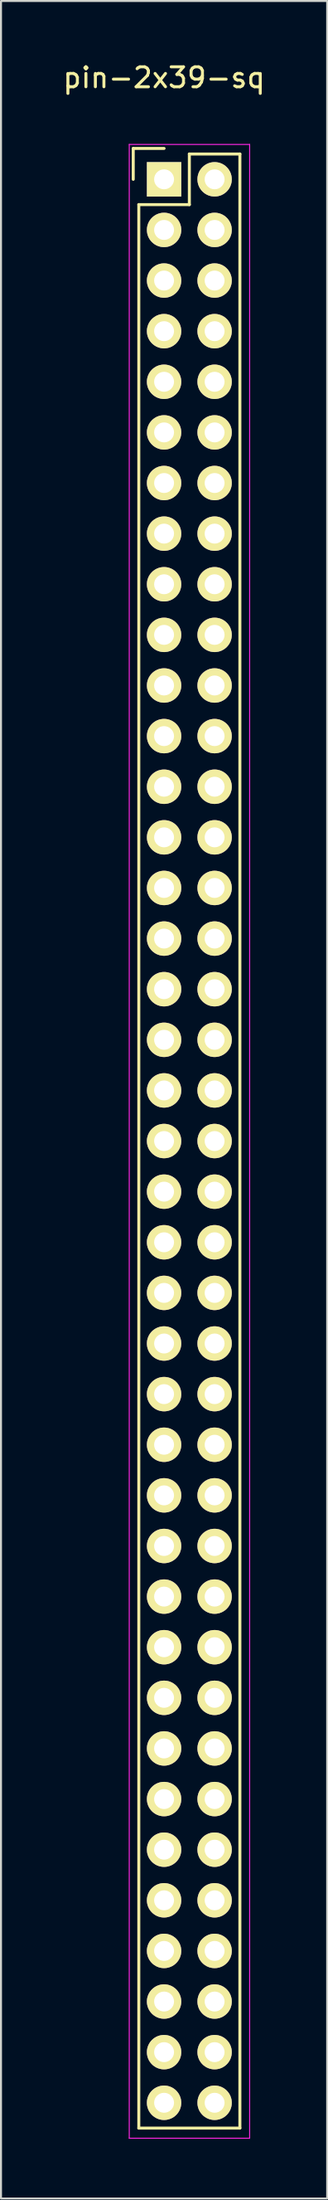
<source format=kicad_pcb>
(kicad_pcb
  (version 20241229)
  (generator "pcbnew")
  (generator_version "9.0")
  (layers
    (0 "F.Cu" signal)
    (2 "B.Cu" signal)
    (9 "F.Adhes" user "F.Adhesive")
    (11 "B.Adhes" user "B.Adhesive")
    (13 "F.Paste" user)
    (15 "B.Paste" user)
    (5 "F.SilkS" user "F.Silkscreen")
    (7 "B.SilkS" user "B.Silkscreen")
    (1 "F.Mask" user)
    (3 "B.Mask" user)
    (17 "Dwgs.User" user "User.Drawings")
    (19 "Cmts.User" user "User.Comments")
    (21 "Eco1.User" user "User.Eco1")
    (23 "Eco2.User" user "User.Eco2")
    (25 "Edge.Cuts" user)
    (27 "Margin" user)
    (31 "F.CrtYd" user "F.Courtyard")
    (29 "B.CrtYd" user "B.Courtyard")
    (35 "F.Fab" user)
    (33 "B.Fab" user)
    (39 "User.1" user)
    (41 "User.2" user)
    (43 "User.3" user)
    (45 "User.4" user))
  (footprint "pin-2x39-sq"
    (layer "F.Cu")
    (at 5.196 5.948)
    (property "Reference" "pin-2x39-sq" (at 0 -5.1 0) (layer "F.SilkS") (effects (font (size 1 1) (thickness 0.15))))
    (attr through_hole)
    (fp_line (start -1.55 -1.55) (end -1.55 0) (stroke (width 0.15) (type solid)) (layer "F.SilkS"))
    (fp_line (start -1.27 97.79) (end -1.27 1.27) (stroke (width 0.15) (type solid)) (layer "F.SilkS"))
    (fp_line (start 0 -1.55) (end -1.55 -1.55) (stroke (width 0.15) (type solid)) (layer "F.SilkS"))
    (fp_line (start 1.27 -1.27) (end 1.27 1.27) (stroke (width 0.15) (type solid)) (layer "F.SilkS"))
    (fp_line (start 1.27 1.27) (end -1.27 1.27) (stroke (width 0.15) (type solid)) (layer "F.SilkS"))
    (fp_line (start 3.81 -1.27) (end 1.27 -1.27) (stroke (width 0.15) (type solid)) (layer "F.SilkS"))
    (fp_line (start 3.81 -1.27) (end 3.81 97.79) (stroke (width 0.15) (type solid)) (layer "F.SilkS"))
    (fp_line (start 3.81 97.79) (end -1.27 97.79) (stroke (width 0.15) (type solid)) (layer "F.SilkS"))
    (fp_line (start -1.75 -1.75) (end -1.75 98.3) (stroke (width 0.05) (type solid)) (layer "F.CrtYd"))
    (fp_line (start -1.75 -1.75) (end 4.3 -1.75) (stroke (width 0.05) (type solid)) (layer "F.CrtYd"))
    (fp_line (start -1.75 98.3) (end 4.3 98.3) (stroke (width 0.05) (type solid)) (layer "F.CrtYd"))
    (fp_line (start 4.3 -1.75) (end 4.3 98.3) (stroke (width 0.05) (type solid)) (layer "F.CrtYd"))
    (pad "1" thru_hole rect (at 0 0) (size 1.727 1.727) (drill 1) (layers "*.Cu" "*.Mask" "F.SilkS"))
    (pad "2" thru_hole oval (at 2.54 0) (size 1.727 1.727) (drill 1) (layers "*.Cu" "*.Mask" "F.SilkS"))
    (pad "3" thru_hole oval (at 0 2.54) (size 1.727 1.727) (drill 1) (layers "*.Cu" "*.Mask" "F.SilkS"))
    (pad "4" thru_hole oval (at 2.54 2.54) (size 1.727 1.727) (drill 1) (layers "*.Cu" "*.Mask" "F.SilkS"))
    (pad "5" thru_hole oval (at 0 5.08) (size 1.727 1.727) (drill 1) (layers "*.Cu" "*.Mask" "F.SilkS"))
    (pad "6" thru_hole oval (at 2.54 5.08) (size 1.727 1.727) (drill 1) (layers "*.Cu" "*.Mask" "F.SilkS"))
    (pad "7" thru_hole oval (at 0 7.62) (size 1.727 1.727) (drill 1) (layers "*.Cu" "*.Mask" "F.SilkS"))
    (pad "8" thru_hole oval (at 2.54 7.62) (size 1.727 1.727) (drill 1) (layers "*.Cu" "*.Mask" "F.SilkS"))
    (pad "9" thru_hole oval (at 0 10.16) (size 1.727 1.727) (drill 1) (layers "*.Cu" "*.Mask" "F.SilkS"))
    (pad "10" thru_hole oval (at 2.54 10.16) (size 1.727 1.727) (drill 1) (layers "*.Cu" "*.Mask" "F.SilkS"))
    (pad "11" thru_hole oval (at 0 12.7) (size 1.727 1.727) (drill 1) (layers "*.Cu" "*.Mask" "F.SilkS"))
    (pad "12" thru_hole oval (at 2.54 12.7) (size 1.727 1.727) (drill 1) (layers "*.Cu" "*.Mask" "F.SilkS"))
    (pad "13" thru_hole oval (at 0 15.24) (size 1.727 1.727) (drill 1) (layers "*.Cu" "*.Mask" "F.SilkS"))
    (pad "14" thru_hole oval (at 2.54 15.24) (size 1.727 1.727) (drill 1) (layers "*.Cu" "*.Mask" "F.SilkS"))
    (pad "15" thru_hole oval (at 0 17.78) (size 1.727 1.727) (drill 1) (layers "*.Cu" "*.Mask" "F.SilkS"))
    (pad "16" thru_hole oval (at 2.54 17.78) (size 1.727 1.727) (drill 1) (layers "*.Cu" "*.Mask" "F.SilkS"))
    (pad "17" thru_hole oval (at 0 20.32) (size 1.727 1.727) (drill 1) (layers "*.Cu" "*.Mask" "F.SilkS"))
    (pad "18" thru_hole oval (at 2.54 20.32) (size 1.727 1.727) (drill 1) (layers "*.Cu" "*.Mask" "F.SilkS"))
    (pad "19" thru_hole oval (at 0 22.86) (size 1.727 1.727) (drill 1) (layers "*.Cu" "*.Mask" "F.SilkS"))
    (pad "20" thru_hole oval (at 2.54 22.86) (size 1.727 1.727) (drill 1) (layers "*.Cu" "*.Mask" "F.SilkS"))
    (pad "21" thru_hole oval (at 0 25.4) (size 1.727 1.727) (drill 1) (layers "*.Cu" "*.Mask" "F.SilkS"))
    (pad "22" thru_hole oval (at 2.54 25.4) (size 1.727 1.727) (drill 1) (layers "*.Cu" "*.Mask" "F.SilkS"))
    (pad "23" thru_hole oval (at 0 27.94) (size 1.727 1.727) (drill 1) (layers "*.Cu" "*.Mask" "F.SilkS"))
    (pad "24" thru_hole oval (at 2.54 27.94) (size 1.727 1.727) (drill 1) (layers "*.Cu" "*.Mask" "F.SilkS"))
    (pad "25" thru_hole oval (at 0 30.48) (size 1.727 1.727) (drill 1) (layers "*.Cu" "*.Mask" "F.SilkS"))
    (pad "26" thru_hole oval (at 2.54 30.48) (size 1.727 1.727) (drill 1) (layers "*.Cu" "*.Mask" "F.SilkS"))
    (pad "27" thru_hole oval (at 0 33.02) (size 1.727 1.727) (drill 1) (layers "*.Cu" "*.Mask" "F.SilkS"))
    (pad "28" thru_hole oval (at 2.54 33.02) (size 1.727 1.727) (drill 1) (layers "*.Cu" "*.Mask" "F.SilkS"))
    (pad "29" thru_hole oval (at 0 35.56) (size 1.727 1.727) (drill 1) (layers "*.Cu" "*.Mask" "F.SilkS"))
    (pad "30" thru_hole oval (at 2.54 35.56) (size 1.727 1.727) (drill 1) (layers "*.Cu" "*.Mask" "F.SilkS"))
    (pad "31" thru_hole oval (at 0 38.1) (size 1.727 1.727) (drill 1) (layers "*.Cu" "*.Mask" "F.SilkS"))
    (pad "32" thru_hole oval (at 2.54 38.1) (size 1.727 1.727) (drill 1) (layers "*.Cu" "*.Mask" "F.SilkS"))
    (pad "33" thru_hole oval (at 0 40.64) (size 1.727 1.727) (drill 1) (layers "*.Cu" "*.Mask" "F.SilkS"))
    (pad "34" thru_hole oval (at 2.54 40.64) (size 1.727 1.727) (drill 1) (layers "*.Cu" "*.Mask" "F.SilkS"))
    (pad "35" thru_hole oval (at 0 43.18) (size 1.727 1.727) (drill 1) (layers "*.Cu" "*.Mask" "F.SilkS"))
    (pad "36" thru_hole oval (at 2.54 43.18) (size 1.727 1.727) (drill 1) (layers "*.Cu" "*.Mask" "F.SilkS"))
    (pad "37" thru_hole oval (at 0 45.72) (size 1.727 1.727) (drill 1) (layers "*.Cu" "*.Mask" "F.SilkS"))
    (pad "38" thru_hole oval (at 2.54 45.72) (size 1.727 1.727) (drill 1) (layers "*.Cu" "*.Mask" "F.SilkS"))
    (pad "39" thru_hole oval (at 0 48.26) (size 1.727 1.727) (drill 1) (layers "*.Cu" "*.Mask" "F.SilkS"))
    (pad "40" thru_hole oval (at 2.54 48.26) (size 1.727 1.727) (drill 1) (layers "*.Cu" "*.Mask" "F.SilkS"))
    (pad "41" thru_hole oval (at 0 50.8) (size 1.727 1.727) (drill 1) (layers "*.Cu" "*.Mask" "F.SilkS"))
    (pad "42" thru_hole oval (at 2.54 50.8) (size 1.727 1.727) (drill 1) (layers "*.Cu" "*.Mask" "F.SilkS"))
    (pad "43" thru_hole oval (at 0 53.34) (size 1.727 1.727) (drill 1) (layers "*.Cu" "*.Mask" "F.SilkS"))
    (pad "44" thru_hole oval (at 2.54 53.34) (size 1.727 1.727) (drill 1) (layers "*.Cu" "*.Mask" "F.SilkS"))
    (pad "45" thru_hole oval (at 0 55.88) (size 1.727 1.727) (drill 1) (layers "*.Cu" "*.Mask" "F.SilkS"))
    (pad "46" thru_hole oval (at 2.54 55.88) (size 1.727 1.727) (drill 1) (layers "*.Cu" "*.Mask" "F.SilkS"))
    (pad "47" thru_hole oval (at 0 58.42) (size 1.727 1.727) (drill 1) (layers "*.Cu" "*.Mask" "F.SilkS"))
    (pad "48" thru_hole oval (at 2.54 58.42) (size 1.727 1.727) (drill 1) (layers "*.Cu" "*.Mask" "F.SilkS"))
    (pad "49" thru_hole oval (at 0 60.96) (size 1.727 1.727) (drill 1) (layers "*.Cu" "*.Mask" "F.SilkS"))
    (pad "50" thru_hole oval (at 2.54 60.96) (size 1.727 1.727) (drill 1) (layers "*.Cu" "*.Mask" "F.SilkS"))
    (pad "51" thru_hole oval (at 0 63.5) (size 1.727 1.727) (drill 1) (layers "*.Cu" "*.Mask" "F.SilkS"))
    (pad "52" thru_hole oval (at 2.54 63.5) (size 1.727 1.727) (drill 1) (layers "*.Cu" "*.Mask" "F.SilkS"))
    (pad "53" thru_hole oval (at 0 66.04) (size 1.727 1.727) (drill 1) (layers "*.Cu" "*.Mask" "F.SilkS"))
    (pad "54" thru_hole oval (at 2.54 66.04) (size 1.727 1.727) (drill 1) (layers "*.Cu" "*.Mask" "F.SilkS"))
    (pad "55" thru_hole oval (at 0 68.58) (size 1.727 1.727) (drill 1) (layers "*.Cu" "*.Mask" "F.SilkS"))
    (pad "56" thru_hole oval (at 2.54 68.58) (size 1.727 1.727) (drill 1) (layers "*.Cu" "*.Mask" "F.SilkS"))
    (pad "57" thru_hole oval (at 0 71.12) (size 1.727 1.727) (drill 1) (layers "*.Cu" "*.Mask" "F.SilkS"))
    (pad "58" thru_hole oval (at 2.54 71.12) (size 1.727 1.727) (drill 1) (layers "*.Cu" "*.Mask" "F.SilkS"))
    (pad "59" thru_hole oval (at 0 73.66) (size 1.727 1.727) (drill 1) (layers "*.Cu" "*.Mask" "F.SilkS"))
    (pad "60" thru_hole oval (at 2.54 73.66) (size 1.727 1.727) (drill 1) (layers "*.Cu" "*.Mask" "F.SilkS"))
    (pad "61" thru_hole oval (at 0 76.2) (size 1.727 1.727) (drill 1) (layers "*.Cu" "*.Mask" "F.SilkS"))
    (pad "62" thru_hole oval (at 2.54 76.2) (size 1.727 1.727) (drill 1) (layers "*.Cu" "*.Mask" "F.SilkS"))
    (pad "63" thru_hole oval (at 0 78.74) (size 1.727 1.727) (drill 1) (layers "*.Cu" "*.Mask" "F.SilkS"))
    (pad "64" thru_hole oval (at 2.54 78.74) (size 1.727 1.727) (drill 1) (layers "*.Cu" "*.Mask" "F.SilkS"))
    (pad "65" thru_hole oval (at 0 81.28) (size 1.727 1.727) (drill 1) (layers "*.Cu" "*.Mask" "F.SilkS"))
    (pad "66" thru_hole oval (at 2.54 81.28) (size 1.727 1.727) (drill 1) (layers "*.Cu" "*.Mask" "F.SilkS"))
    (pad "67" thru_hole oval (at 0 83.82) (size 1.727 1.727) (drill 1) (layers "*.Cu" "*.Mask" "F.SilkS"))
    (pad "68" thru_hole oval (at 2.54 83.82) (size 1.727 1.727) (drill 1) (layers "*.Cu" "*.Mask" "F.SilkS"))
    (pad "69" thru_hole oval (at 0 86.36) (size 1.727 1.727) (drill 1) (layers "*.Cu" "*.Mask" "F.SilkS"))
    (pad "70" thru_hole oval (at 2.54 86.36) (size 1.727 1.727) (drill 1) (layers "*.Cu" "*.Mask" "F.SilkS"))
    (pad "71" thru_hole oval (at 0 88.9) (size 1.727 1.727) (drill 1) (layers "*.Cu" "*.Mask" "F.SilkS"))
    (pad "72" thru_hole oval (at 2.54 88.9) (size 1.727 1.727) (drill 1) (layers "*.Cu" "*.Mask" "F.SilkS"))
    (pad "73" thru_hole oval (at 0 91.44) (size 1.727 1.727) (drill 1) (layers "*.Cu" "*.Mask" "F.SilkS"))
    (pad "74" thru_hole oval (at 2.54 91.44) (size 1.727 1.727) (drill 1) (layers "*.Cu" "*.Mask" "F.SilkS"))
    (pad "75" thru_hole oval (at 0 93.98) (size 1.727 1.727) (drill 1) (layers "*.Cu" "*.Mask" "F.SilkS"))
    (pad "76" thru_hole oval (at 2.54 93.98) (size 1.727 1.727) (drill 1) (layers "*.Cu" "*.Mask" "F.SilkS"))
    (pad "77" thru_hole oval (at 0 96.52) (size 1.727 1.727) (drill 1) (layers "*.Cu" "*.Mask" "F.SilkS"))
    (pad "78" thru_hole oval (at 2.54 96.52) (size 1.727 1.727) (drill 1) (layers "*.Cu" "*.Mask" "F.SilkS")))
  (gr_rect
    (start -3 -3)
    (end 13.393 107.273)
    (stroke (width 0.1) (type default))
    (fill no)
    (layer "Edge.Cuts")))
</source>
